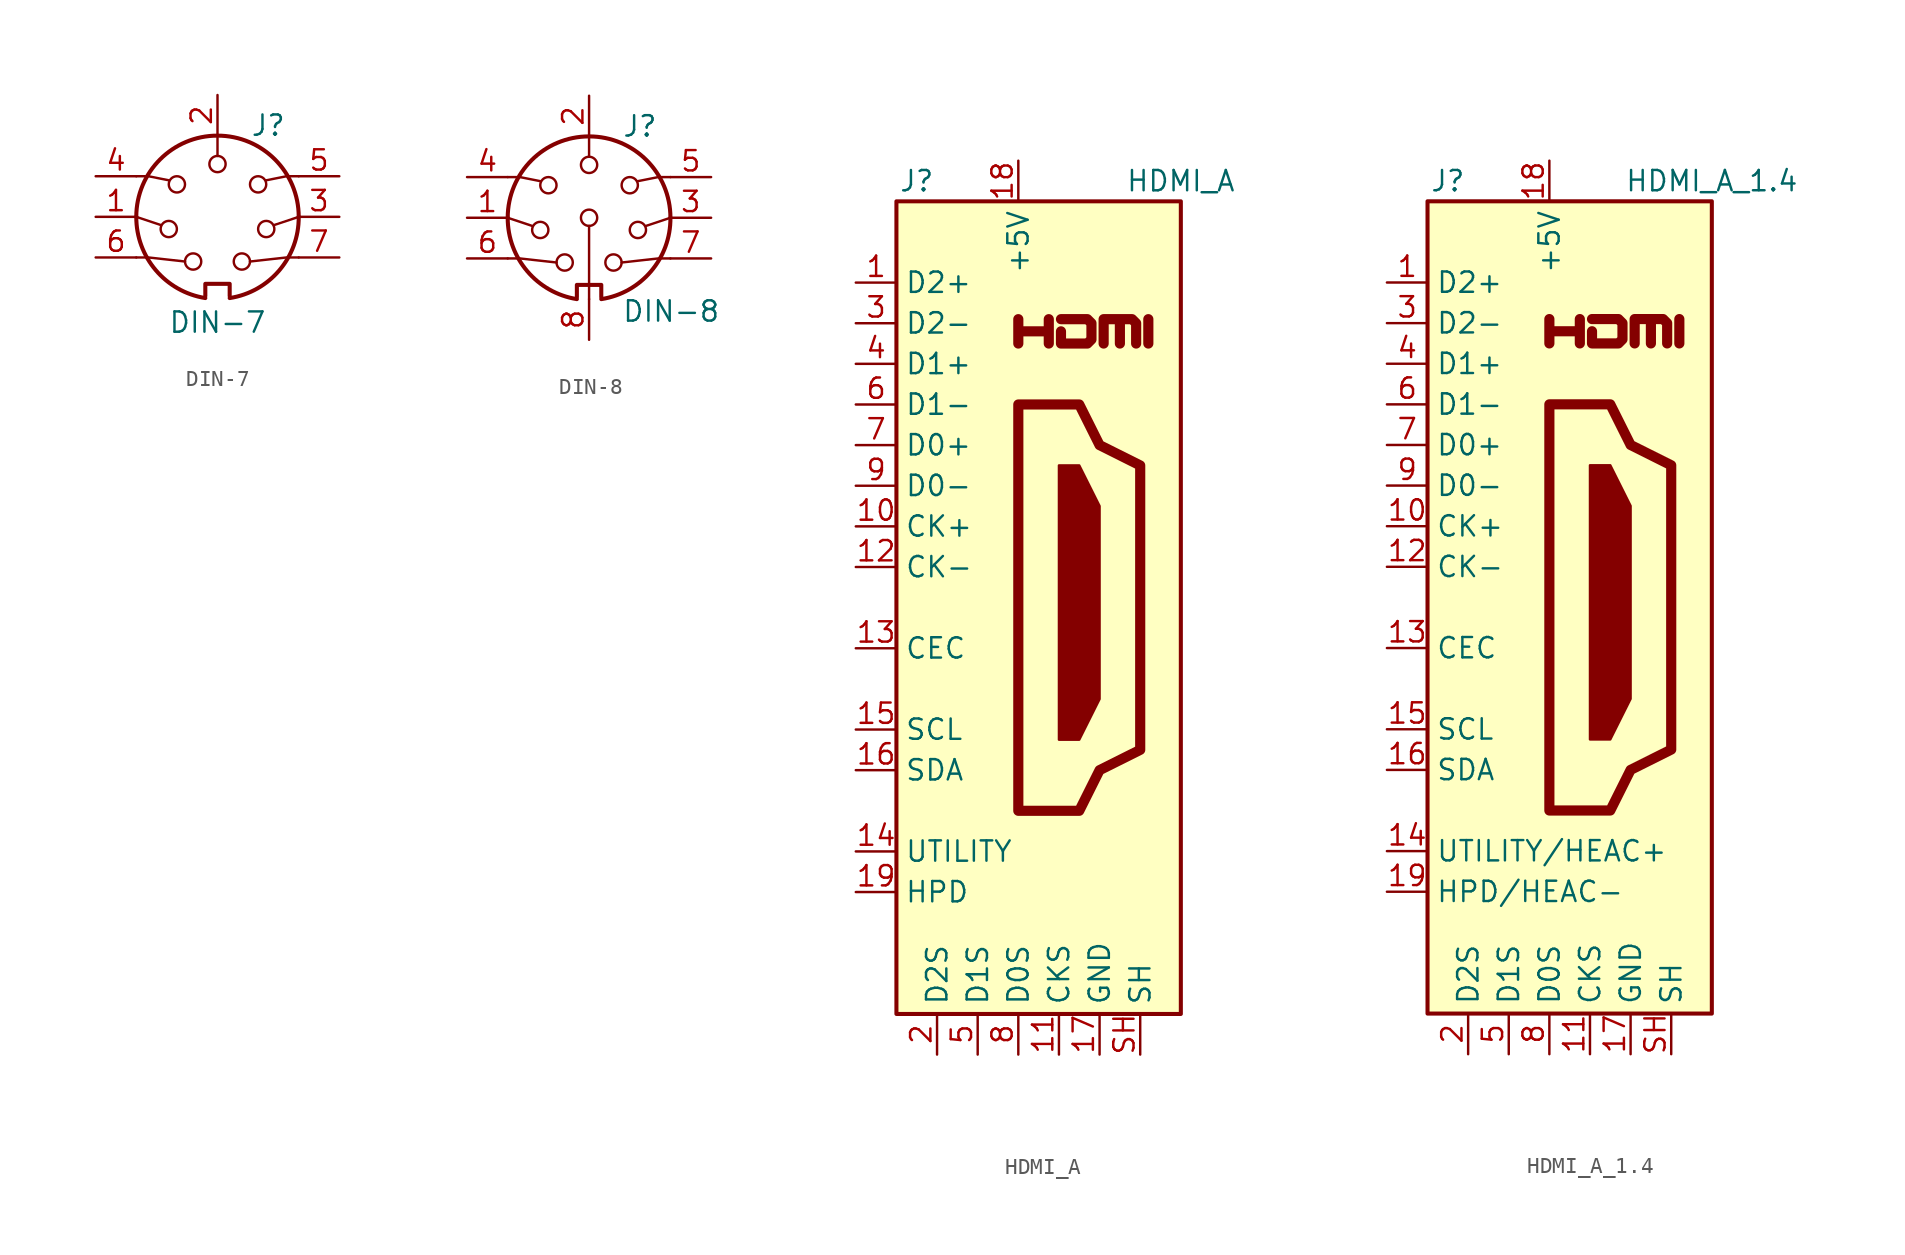
<source format=kicad_sym>
(kicad_symbol_lib
  (version 20220914)
  (generator kicad_symbol_editor)
  (symbol "DIN-7"
    (pin_names
      (offset 1.016))
    (property "Reference" "J"
      (at 3.175 5.715 0)
      (effects (font (size 1.27 1.27))))
    (property "Value" "DIN-7"
      (at 0 -6.604 0)
      (effects (font (size 1.27 1.27))))
    (symbol "DIN-7_0_1"
      (arc (start -5.08 0) (mid -3.8609 -3.3364) (end -0.762 -5.08) (stroke (width 0.254) (type default)) (fill (type none)))
      (circle (center -3.048 -0.762) (radius 0.508) (stroke (width 0) (type default)) (fill (type none)))
      (circle (center -2.54 2.032) (radius 0.508) (stroke (width 0) (type default)) (fill (type none)))
      (circle (center -1.524 -2.794) (radius 0.508) (stroke (width 0) (type default)) (fill (type none)))
      (polyline (pts (xy -5.08 0) (xy -3.556 -0.508)) (stroke (width 0) (type default)) (fill (type none)))
      (polyline (pts (xy 0 5.08) (xy 0 3.81)) (stroke (width 0) (type default)) (fill (type none)))
      (polyline (pts (xy 5.08 0) (xy 3.556 -0.508)) (stroke (width 0) (type default)) (fill (type none)))
      (polyline (pts (xy -5.08 -2.54) (xy -4.318 -2.54) (xy -2.032 -2.794)) (stroke (width 0) (type default)) (fill (type none)))
      (polyline (pts (xy -5.08 2.54) (xy -4.318 2.54) (xy -3.048 2.286)) (stroke (width 0) (type default)) (fill (type none)))
      (polyline (pts (xy 5.08 -2.54) (xy 4.318 -2.54) (xy 2.032 -2.794)) (stroke (width 0) (type default)) (fill (type none)))
      (polyline (pts (xy 5.08 2.54) (xy 4.318 2.54) (xy 3.048 2.286)) (stroke (width 0) (type default)) (fill (type none)))
      (polyline (pts (xy -0.762 -4.953) (xy -0.762 -4.191) (xy 0.762 -4.191) (xy 0.762 -4.953)) (stroke (width 0.254) (type default)) (fill (type none)))
      (circle (center 0 3.302) (radius 0.508) (stroke (width 0) (type default)) (fill (type none)))
      (arc (start 0.762 -5.08) (mid 3.8685 -3.343) (end 5.08 0) (stroke (width 0.254) (type default)) (fill (type none)))
      (circle (center 1.524 -2.794) (radius 0.508) (stroke (width 0) (type default)) (fill (type none)))
      (circle (center 2.54 2.032) (radius 0.508) (stroke (width 0) (type default)) (fill (type none)))
      (circle (center 3.048 -0.762) (radius 0.508) (stroke (width 0) (type default)) (fill (type none)))
      (arc (start 5.08 0) (mid 0 5.0579) (end -5.08 0) (stroke (width 0.254) (type default)) (fill (type none))))
    (symbol "DIN-7_1_1"
      (pin passive line (at -7.62 0 0) (length 2.54) (name "~" (effects (font (size 1.27 1.27)))) (number "1" (effects (font (size 1.27 1.27)))))
      (pin passive line (at 0 7.62 270) (length 2.54) (name "~" (effects (font (size 1.27 1.27)))) (number "2" (effects (font (size 1.27 1.27)))))
      (pin passive line (at 7.62 0 180) (length 2.54) (name "~" (effects (font (size 1.27 1.27)))) (number "3" (effects (font (size 1.27 1.27)))))
      (pin passive line (at -7.62 2.54 0) (length 2.54) (name "~" (effects (font (size 1.27 1.27)))) (number "4" (effects (font (size 1.27 1.27)))))
      (pin passive line (at 7.62 2.54 180) (length 2.54) (name "~" (effects (font (size 1.27 1.27)))) (number "5" (effects (font (size 1.27 1.27)))))
      (pin passive line (at -7.62 -2.54 0) (length 2.54) (name "~" (effects (font (size 1.27 1.27)))) (number "6" (effects (font (size 1.27 1.27)))))
      (pin passive line (at 7.62 -2.54 180) (length 2.54) (name "~" (effects (font (size 1.27 1.27)))) (number "7" (effects (font (size 1.27 1.27)))))))
  (symbol "DIN-8"
    (pin_names
      (offset 1.016))
    (property "Reference" "J"
      (at 3.175 5.715 0)
      (effects (font (size 1.27 1.27))))
    (property "Value" "DIN-8"
      (at 2.032 -5.842 0)
      (effects (font (size 1.27 1.27)) (justify left)))
    (symbol "DIN-8_0_1"
      (arc (start -5.08 0) (mid -3.8609 -3.3364) (end -0.762 -5.08) (stroke (width 0.254) (type default)) (fill (type none)))
      (circle (center -3.048 -0.762) (radius 0.508) (stroke (width 0) (type default)) (fill (type none)))
      (circle (center -2.54 2.032) (radius 0.508) (stroke (width 0) (type default)) (fill (type none)))
      (circle (center -1.524 -2.794) (radius 0.508) (stroke (width 0) (type default)) (fill (type none)))
      (polyline (pts (xy -5.08 0) (xy -3.556 -0.508)) (stroke (width 0) (type default)) (fill (type none)))
      (polyline (pts (xy 0 -0.508) (xy 0 -5.08)) (stroke (width 0) (type default)) (fill (type none)))
      (polyline (pts (xy 0 5.08) (xy 0 3.81)) (stroke (width 0) (type default)) (fill (type none)))
      (polyline (pts (xy 5.08 0) (xy 3.556 -0.508)) (stroke (width 0) (type default)) (fill (type none)))
      (polyline (pts (xy -5.08 -2.54) (xy -4.318 -2.54) (xy -2.032 -2.794)) (stroke (width 0) (type default)) (fill (type none)))
      (polyline (pts (xy -5.08 2.54) (xy -4.318 2.54) (xy -3.048 2.286)) (stroke (width 0) (type default)) (fill (type none)))
      (polyline (pts (xy 5.08 -2.54) (xy 4.318 -2.54) (xy 2.032 -2.794)) (stroke (width 0) (type default)) (fill (type none)))
      (polyline (pts (xy 5.08 2.54) (xy 4.318 2.54) (xy 3.048 2.286)) (stroke (width 0) (type default)) (fill (type none)))
      (polyline (pts (xy -0.762 -4.953) (xy -0.762 -4.191) (xy 0.762 -4.191) (xy 0.762 -4.953)) (stroke (width 0.254) (type default)) (fill (type none)))
      (circle (center 0 0) (radius 0.508) (stroke (width 0) (type default)) (fill (type none)))
      (circle (center 0 3.302) (radius 0.508) (stroke (width 0) (type default)) (fill (type none)))
      (arc (start 0.762 -5.08) (mid 3.8685 -3.343) (end 5.08 0) (stroke (width 0.254) (type default)) (fill (type none)))
      (circle (center 1.524 -2.794) (radius 0.508) (stroke (width 0) (type default)) (fill (type none)))
      (circle (center 2.54 2.032) (radius 0.508) (stroke (width 0) (type default)) (fill (type none)))
      (circle (center 3.048 -0.762) (radius 0.508) (stroke (width 0) (type default)) (fill (type none)))
      (arc (start 5.08 0) (mid 0 5.0579) (end -5.08 0) (stroke (width 0.254) (type default)) (fill (type none))))
    (symbol "DIN-8_1_1"
      (pin passive line (at -7.62 0 0) (length 2.54) (name "~" (effects (font (size 1.27 1.27)))) (number "1" (effects (font (size 1.27 1.27)))))
      (pin passive line (at 0 7.62 270) (length 2.54) (name "~" (effects (font (size 1.27 1.27)))) (number "2" (effects (font (size 1.27 1.27)))))
      (pin passive line (at 7.62 0 180) (length 2.54) (name "~" (effects (font (size 1.27 1.27)))) (number "3" (effects (font (size 1.27 1.27)))))
      (pin passive line (at -7.62 2.54 0) (length 2.54) (name "~" (effects (font (size 1.27 1.27)))) (number "4" (effects (font (size 1.27 1.27)))))
      (pin passive line (at 7.62 2.54 180) (length 2.54) (name "~" (effects (font (size 1.27 1.27)))) (number "5" (effects (font (size 1.27 1.27)))))
      (pin passive line (at -7.62 -2.54 0) (length 2.54) (name "~" (effects (font (size 1.27 1.27)))) (number "6" (effects (font (size 1.27 1.27)))))
      (pin passive line (at 7.62 -2.54 180) (length 2.54) (name "~" (effects (font (size 1.27 1.27)))) (number "7" (effects (font (size 1.27 1.27)))))
      (pin passive line (at 0 -7.62 90) (length 2.54) (name "~" (effects (font (size 1.27 1.27)))) (number "8" (effects (font (size 1.27 1.27)))))))
  (symbol "HDMI_A"
    (property "Reference" "J"
      (at -6.35 26.67 0)
      (effects (font (size 1.27 1.27))))
    (property "Value" "HDMI_A"
      (at 10.16 26.67 0)
      (effects (font (size 1.27 1.27))))
    (symbol "HDMI_A_0_0"
      (polyline (pts (xy 8.128 16.51) (xy 8.128 18.034)) (stroke (width 0.635) (type default)) (fill (type none)))
      (polyline (pts (xy 0 16.51) (xy 0 18.034) (xy 0 17.272) (xy 1.905 17.272) (xy 1.905 18.034) (xy 1.905 16.51)) (stroke (width 0.635) (type default)) (fill (type none)))
      (polyline (pts (xy 2.667 18.034) (xy 4.318 18.034) (xy 4.572 17.78) (xy 4.572 16.764) (xy 4.318 16.51) (xy 2.667 16.51) (xy 2.667 17.272)) (stroke (width 0.635) (type default)) (fill (type none))))
    (symbol "HDMI_A_0_1"
      (rectangle (start -7.62 25.4) (end 10.16 -25.4) (stroke (width 0.254) (type default)) (fill (type background)))
      (polyline (pts (xy 2.54 8.89) (xy 3.81 8.89) (xy 5.08 6.35) (xy 5.08 -5.715) (xy 3.81 -8.255) (xy 2.54 -8.255) (xy 2.54 8.89)) (stroke (width 0) (type default)) (fill (type outline)))
      (polyline (pts (xy 5.334 16.51) (xy 5.334 18.034) (xy 6.35 18.034) (xy 6.35 16.51) (xy 6.35 18.034) (xy 7.112 18.034) (xy 7.366 17.78) (xy 7.366 16.51)) (stroke (width 0.635) (type default)) (fill (type none)))
      (polyline (pts (xy 0 12.7) (xy 0 -12.7) (xy 3.81 -12.7) (xy 5.08 -10.16) (xy 7.62 -8.89) (xy 7.62 8.89) (xy 5.08 10.16) (xy 3.81 12.7) (xy 0 12.7)) (stroke (width 0.635) (type default)) (fill (type none))))
    (symbol "HDMI_A_1_1"
      (pin passive line (at -10.16 20.32 0) (length 2.54) (name "D2+" (effects (font (size 1.27 1.27)))) (number "1" (effects (font (size 1.27 1.27)))))
      (pin passive line (at -10.16 5.08 0) (length 2.54) (name "CK+" (effects (font (size 1.27 1.27)))) (number "10" (effects (font (size 1.27 1.27)))))
      (pin power_in line (at 2.54 -27.94 90) (length 2.54) (name "CKS" (effects (font (size 1.27 1.27)))) (number "11" (effects (font (size 1.27 1.27)))))
      (pin passive line (at -10.16 2.54 0) (length 2.54) (name "CK-" (effects (font (size 1.27 1.27)))) (number "12" (effects (font (size 1.27 1.27)))))
      (pin bidirectional line (at -10.16 -2.54 0) (length 2.54) (name "CEC" (effects (font (size 1.27 1.27)))) (number "13" (effects (font (size 1.27 1.27)))))
      (pin passive line (at -10.16 -15.24 0) (length 2.54) (name "UTILITY" (effects (font (size 1.27 1.27)))) (number "14" (effects (font (size 1.27 1.27)))))
      (pin passive line (at -10.16 -7.62 0) (length 2.54) (name "SCL" (effects (font (size 1.27 1.27)))) (number "15" (effects (font (size 1.27 1.27)))))
      (pin bidirectional line (at -10.16 -10.16 0) (length 2.54) (name "SDA" (effects (font (size 1.27 1.27)))) (number "16" (effects (font (size 1.27 1.27)))))
      (pin power_in line (at 5.08 -27.94 90) (length 2.54) (name "GND" (effects (font (size 1.27 1.27)))) (number "17" (effects (font (size 1.27 1.27)))))
      (pin power_in line (at 0 27.94 270) (length 2.54) (name "+5V" (effects (font (size 1.27 1.27)))) (number "18" (effects (font (size 1.27 1.27)))))
      (pin passive line (at -10.16 -17.78 0) (length 2.54) (name "HPD" (effects (font (size 1.27 1.27)))) (number "19" (effects (font (size 1.27 1.27)))))
      (pin power_in line (at -5.08 -27.94 90) (length 2.54) (name "D2S" (effects (font (size 1.27 1.27)))) (number "2" (effects (font (size 1.27 1.27)))))
      (pin passive line (at -10.16 17.78 0) (length 2.54) (name "D2-" (effects (font (size 1.27 1.27)))) (number "3" (effects (font (size 1.27 1.27)))))
      (pin passive line (at -10.16 15.24 0) (length 2.54) (name "D1+" (effects (font (size 1.27 1.27)))) (number "4" (effects (font (size 1.27 1.27)))))
      (pin power_in line (at -2.54 -27.94 90) (length 2.54) (name "D1S" (effects (font (size 1.27 1.27)))) (number "5" (effects (font (size 1.27 1.27)))))
      (pin passive line (at -10.16 12.7 0) (length 2.54) (name "D1-" (effects (font (size 1.27 1.27)))) (number "6" (effects (font (size 1.27 1.27)))))
      (pin passive line (at -10.16 10.16 0) (length 2.54) (name "D0+" (effects (font (size 1.27 1.27)))) (number "7" (effects (font (size 1.27 1.27)))))
      (pin power_in line (at 0 -27.94 90) (length 2.54) (name "D0S" (effects (font (size 1.27 1.27)))) (number "8" (effects (font (size 1.27 1.27)))))
      (pin passive line (at -10.16 7.62 0) (length 2.54) (name "D0-" (effects (font (size 1.27 1.27)))) (number "9" (effects (font (size 1.27 1.27)))))
      (pin passive line (at 7.62 -27.94 90) (length 2.54) (name "SH" (effects (font (size 1.27 1.27)))) (number "SH" (effects (font (size 1.27 1.27)))))))
  (symbol "HDMI_A_1.4"
    (property "Reference" "J"
      (at -6.35 26.67 0)
      (effects (font (size 1.27 1.27))))
    (property "Value" "HDMI_A_1.4"
      (at 10.16 26.67 0)
      (effects (font (size 1.27 1.27))))
    (symbol "HDMI_A_1.4_0_0"
      (polyline (pts (xy 8.128 16.51) (xy 8.128 18.034)) (stroke (width 0.635) (type default)) (fill (type none)))
      (polyline (pts (xy 0 16.51) (xy 0 18.034) (xy 0 17.272) (xy 1.905 17.272) (xy 1.905 18.034) (xy 1.905 16.51)) (stroke (width 0.635) (type default)) (fill (type none)))
      (polyline (pts (xy 2.667 18.034) (xy 4.318 18.034) (xy 4.572 17.78) (xy 4.572 16.764) (xy 4.318 16.51) (xy 2.667 16.51) (xy 2.667 17.272)) (stroke (width 0.635) (type default)) (fill (type none))))
    (symbol "HDMI_A_1.4_0_1"
      (rectangle (start -7.62 25.4) (end 10.16 -25.4) (stroke (width 0.254) (type default)) (fill (type background)))
      (polyline (pts (xy 2.54 8.89) (xy 3.81 8.89) (xy 5.08 6.35) (xy 5.08 -5.715) (xy 3.81 -8.255) (xy 2.54 -8.255) (xy 2.54 8.89)) (stroke (width 0) (type default)) (fill (type outline)))
      (polyline (pts (xy 5.334 16.51) (xy 5.334 18.034) (xy 6.35 18.034) (xy 6.35 16.51) (xy 6.35 18.034) (xy 7.112 18.034) (xy 7.366 17.78) (xy 7.366 16.51)) (stroke (width 0.635) (type default)) (fill (type none)))
      (polyline (pts (xy 0 12.7) (xy 0 -12.7) (xy 3.81 -12.7) (xy 5.08 -10.16) (xy 7.62 -8.89) (xy 7.62 8.89) (xy 5.08 10.16) (xy 3.81 12.7) (xy 0 12.7)) (stroke (width 0.635) (type default)) (fill (type none))))
    (symbol "HDMI_A_1.4_1_1"
      (pin passive line (at -10.16 20.32 0) (length 2.54) (name "D2+" (effects (font (size 1.27 1.27)))) (number "1" (effects (font (size 1.27 1.27)))))
      (pin passive line (at -10.16 5.08 0) (length 2.54) (name "CK+" (effects (font (size 1.27 1.27)))) (number "10" (effects (font (size 1.27 1.27)))))
      (pin power_in line (at 2.54 -27.94 90) (length 2.54) (name "CKS" (effects (font (size 1.27 1.27)))) (number "11" (effects (font (size 1.27 1.27)))))
      (pin passive line (at -10.16 2.54 0) (length 2.54) (name "CK-" (effects (font (size 1.27 1.27)))) (number "12" (effects (font (size 1.27 1.27)))))
      (pin bidirectional line (at -10.16 -2.54 0) (length 2.54) (name "CEC" (effects (font (size 1.27 1.27)))) (number "13" (effects (font (size 1.27 1.27)))))
      (pin passive line (at -10.16 -15.24 0) (length 2.54) (name "UTILITY/HEAC+" (effects (font (size 1.27 1.27)))) (number "14" (effects (font (size 1.27 1.27)))))
      (pin passive line (at -10.16 -7.62 0) (length 2.54) (name "SCL" (effects (font (size 1.27 1.27)))) (number "15" (effects (font (size 1.27 1.27)))))
      (pin bidirectional line (at -10.16 -10.16 0) (length 2.54) (name "SDA" (effects (font (size 1.27 1.27)))) (number "16" (effects (font (size 1.27 1.27)))))
      (pin power_in line (at 5.08 -27.94 90) (length 2.54) (name "GND" (effects (font (size 1.27 1.27)))) (number "17" (effects (font (size 1.27 1.27)))))
      (pin power_in line (at 0 27.94 270) (length 2.54) (name "+5V" (effects (font (size 1.27 1.27)))) (number "18" (effects (font (size 1.27 1.27)))))
      (pin passive line (at -10.16 -17.78 0) (length 2.54) (name "HPD/HEAC-" (effects (font (size 1.27 1.27)))) (number "19" (effects (font (size 1.27 1.27)))))
      (pin power_in line (at -5.08 -27.94 90) (length 2.54) (name "D2S" (effects (font (size 1.27 1.27)))) (number "2" (effects (font (size 1.27 1.27)))))
      (pin passive line (at -10.16 17.78 0) (length 2.54) (name "D2-" (effects (font (size 1.27 1.27)))) (number "3" (effects (font (size 1.27 1.27)))))
      (pin passive line (at -10.16 15.24 0) (length 2.54) (name "D1+" (effects (font (size 1.27 1.27)))) (number "4" (effects (font (size 1.27 1.27)))))
      (pin power_in line (at -2.54 -27.94 90) (length 2.54) (name "D1S" (effects (font (size 1.27 1.27)))) (number "5" (effects (font (size 1.27 1.27)))))
      (pin passive line (at -10.16 12.7 0) (length 2.54) (name "D1-" (effects (font (size 1.27 1.27)))) (number "6" (effects (font (size 1.27 1.27)))))
      (pin passive line (at -10.16 10.16 0) (length 2.54) (name "D0+" (effects (font (size 1.27 1.27)))) (number "7" (effects (font (size 1.27 1.27)))))
      (pin power_in line (at 0 -27.94 90) (length 2.54) (name "D0S" (effects (font (size 1.27 1.27)))) (number "8" (effects (font (size 1.27 1.27)))))
      (pin passive line (at -10.16 7.62 0) (length 2.54) (name "D0-" (effects (font (size 1.27 1.27)))) (number "9" (effects (font (size 1.27 1.27)))))
      (pin passive line (at 7.62 -27.94 90) (length 2.54) (name "SH" (effects (font (size 1.27 1.27)))) (number "SH" (effects (font (size 1.27 1.27))))))))
</source>
